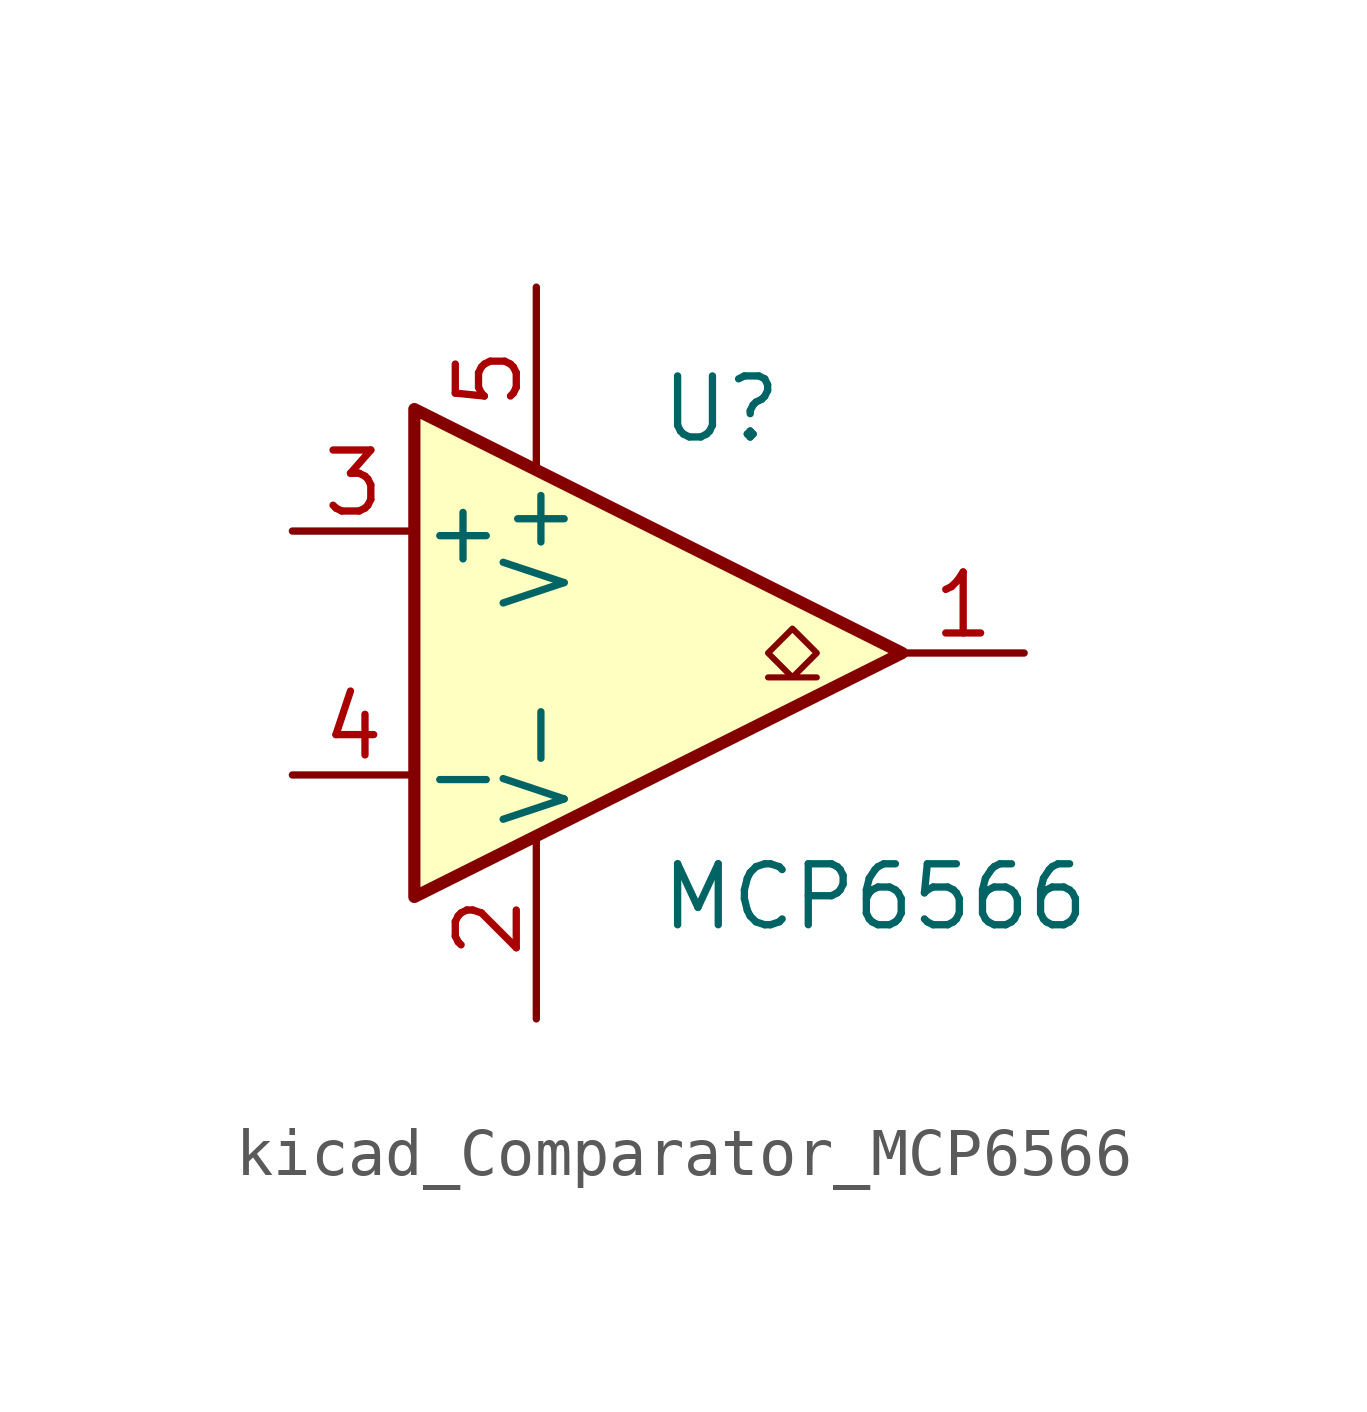
<source format=kicad_sym>
(kicad_symbol_lib
  (version 20220914)
  (generator kicad_symbol_editor)
  (symbol "kicad_Comparator_MCP6566"
    (pin_names
      (offset 0.127))
    (property "Reference" "U"
      (at 0 5.08 0)
      (effects (font (size 1.27 1.27)) (justify left)))
    (property "Value" "MCP6566"
      (at 0 -5.08 0)
      (effects (font (size 1.27 1.27)) (justify left)))
    (symbol "kicad_Comparator_MCP6566_0_1"
      (polyline (pts (xy -5.08 5.08) (xy 5.08 0) (xy -5.08 -5.08) (xy -5.08 5.08)) (stroke (width 0.254) (type default)) (fill (type background)))
      (polyline (pts (xy 3.302 -0.508) (xy 2.794 -0.508) (xy 3.302 0) (xy 2.794 0.508) (xy 2.286 0) (xy 2.794 -0.508) (xy 2.286 -0.508)) (stroke (width 0.127) (type default)) (fill (type none)))
      (pin power_in line (at -2.54 -7.62 90) (length 3.81) (name "V-" (effects (font (size 1.27 1.27)))) (number "2" (effects (font (size 1.27 1.27)))))
      (pin power_in line (at -2.54 7.62 270) (length 3.81) (name "V+" (effects (font (size 1.27 1.27)))) (number "5" (effects (font (size 1.27 1.27))))))
    (symbol "kicad_Comparator_MCP6566_1_1"
      (pin open_collector line (at 7.62 0 180) (length 2.54) (name "~" (effects (font (size 1.27 1.27)))) (number "1" (effects (font (size 1.27 1.27)))))
      (pin input line (at -7.62 2.54 0) (length 2.54) (name "+" (effects (font (size 1.27 1.27)))) (number "3" (effects (font (size 1.27 1.27)))))
      (pin input line (at -7.62 -2.54 0) (length 2.54) (name "-" (effects (font (size 1.27 1.27)))) (number "4" (effects (font (size 1.27 1.27))))))))
</source>
